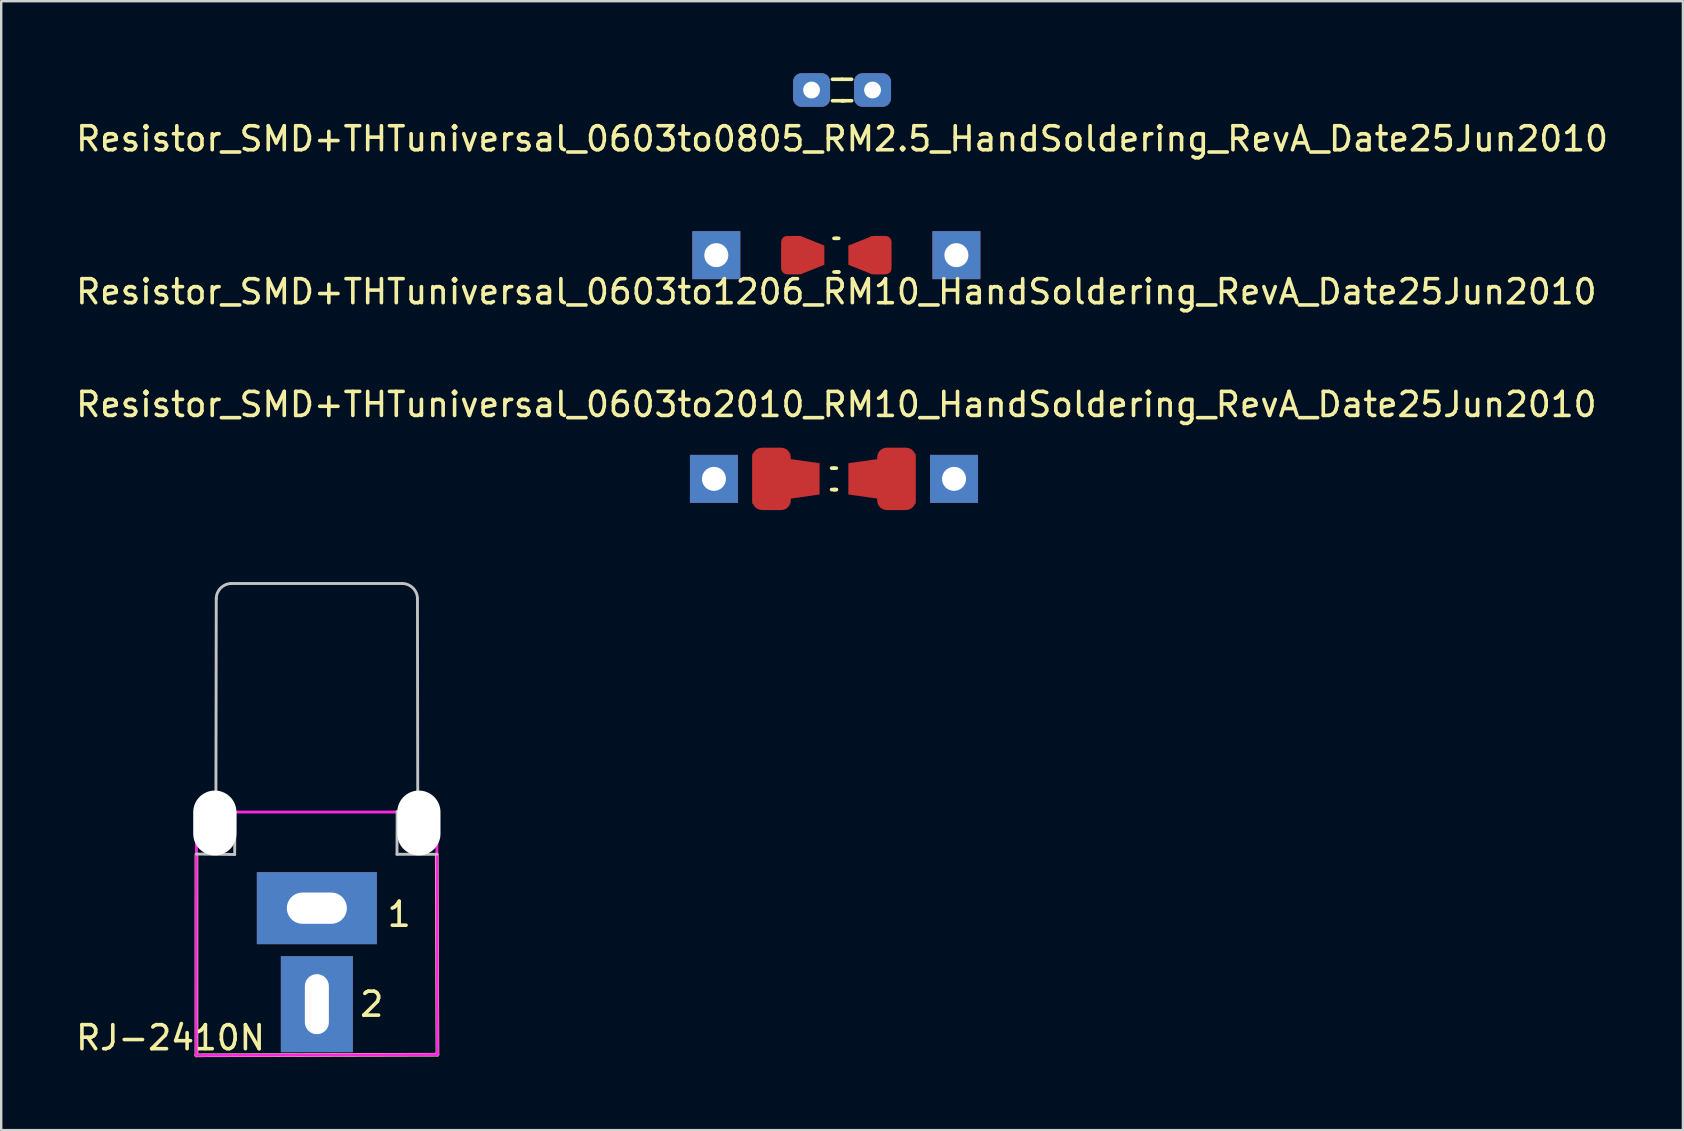
<source format=kicad_pcb>
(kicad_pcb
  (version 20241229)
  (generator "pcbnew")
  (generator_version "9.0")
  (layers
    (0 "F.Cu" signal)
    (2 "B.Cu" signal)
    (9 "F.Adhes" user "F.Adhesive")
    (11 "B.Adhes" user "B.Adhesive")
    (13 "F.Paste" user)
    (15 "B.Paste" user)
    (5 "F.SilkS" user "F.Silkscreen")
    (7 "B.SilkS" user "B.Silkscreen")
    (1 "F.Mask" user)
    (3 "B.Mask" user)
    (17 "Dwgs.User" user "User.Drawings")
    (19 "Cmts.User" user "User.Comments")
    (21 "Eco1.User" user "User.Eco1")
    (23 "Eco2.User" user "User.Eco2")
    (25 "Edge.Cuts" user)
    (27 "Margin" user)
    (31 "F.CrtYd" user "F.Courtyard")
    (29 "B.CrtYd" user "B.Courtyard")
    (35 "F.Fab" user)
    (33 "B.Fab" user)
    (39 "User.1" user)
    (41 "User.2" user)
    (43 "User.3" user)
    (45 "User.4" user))
  (footprint "Resistor_SMD+THTuniversal_0603to0805_RM2.5_HandSoldering_RevA_Date25Jun2010"
    (layer "F.Cu")
    (at 32.03 0.7)
    (property "Reference" "Resistor_SMD+THTuniversal_0603to0805_RM2.5_HandSoldering_RevA_Date25Jun2010" (at 0 2.032 0) (layer "F.SilkS") (effects (font (size 1 1) (thickness 0.15))))
    (attr through_hole)
    (fp_line (start 0 -0.447) (end -0.399 -0.447) (stroke (width 0.15) (type solid)) (layer "F.SilkS"))
    (fp_line (start 0 -0.447) (end 0.399 -0.447) (stroke (width 0.15) (type solid)) (layer "F.SilkS"))
    (fp_line (start 0 0.447) (end -0.399 0.447) (stroke (width 0.15) (type solid)) (layer "F.SilkS"))
    (fp_line (start 0 0.447) (end 0.399 0.447) (stroke (width 0.15) (type solid)) (layer "F.SilkS"))
    (fp_line (start 0.099 0.447) (end 0 0.447) (stroke (width 0.15) (type solid)) (layer "F.SilkS"))
    (pad "1" thru_hole roundrect (at -1.27 0 180) (size 1.54 1.4) (drill 0.7) (layers "*.Cu" "*.Mask") (roundrect_rratio 0.25))
    (pad "2" thru_hole roundrect (at 1.27 0 180) (size 1.54 1.4) (drill 0.7) (layers "*.Cu" "*.Mask") (roundrect_rratio 0.25)))
  (footprint "Resistor_SMD+THTuniversal_0603to1206_RM10_HandSoldering_RevA_Date25Jun2010"
    (layer "F.Cu")
    (at 31.792 7.58)
    (property "Reference" "Resistor_SMD+THTuniversal_0603to1206_RM10_HandSoldering_RevA_Date25Jun2010" (at 0 1.524 0) (layer "F.SilkS") (effects (font (size 1 1) (thickness 0.15))))
    (attr through_hole)
    (fp_line (start 0 -0.701) (end -0.099 -0.701) (stroke (width 0.15) (type solid)) (layer "F.SilkS"))
    (fp_line (start 0 -0.701) (end 0.099 -0.701) (stroke (width 0.15) (type solid)) (layer "F.SilkS"))
    (fp_line (start 0 0.701) (end -0.099 0.701) (stroke (width 0.15) (type solid)) (layer "F.SilkS"))
    (fp_line (start 0 0.701) (end 0.099 0.701) (stroke (width 0.15) (type solid)) (layer "F.SilkS"))
    (fp_line (start 0.099 0.701) (end 0 0.701) (stroke (width 0.15) (type solid)) (layer "F.SilkS"))
    (pad "1" thru_hole rect (at -5.001 0 180) (size 1.999 1.999) (drill 1.001) (layers "*.Cu" "*.Mask"))
    (pad "1" smd roundrect (at -1.8 0 180) (size 1 1.6) (layers "F.Cu" "F.Mask" "F.Paste") (roundrect_rratio 0.25))
    (pad "1" smd trapezoid (at -1 0) (size 1 1.2) (rect_delta 0.4 0) (layers "F.Cu" "F.Mask" "F.Paste"))
    (pad "2" smd trapezoid (at 1 0 180) (size 1 1.2) (rect_delta 0.4 0) (layers "F.Cu" "F.Mask" "F.Paste"))
    (pad "2" smd roundrect (at 1.8 0 180) (size 1 1.6) (layers "F.Cu" "F.Mask" "F.Paste") (roundrect_rratio 0.25))
    (pad "2" thru_hole rect (at 5.001 0 180) (size 1.999 1.999) (drill 1.001) (layers "*.Cu" "*.Mask")))
  (footprint "Resistor_SMD+THTuniversal_0603to2010_RM10_HandSoldering_RevA_Date25Jun2010"
    (layer "F.Cu")
    (at 31.693 16.899)
    (property "Reference" "Resistor_SMD+THTuniversal_0603to2010_RM10_HandSoldering_RevA_Date25Jun2010" (at 0.099 -3.099 0) (layer "F.SilkS") (effects (font (size 1 1) (thickness 0.15))))
    (attr through_hole)
    (fp_line (start 0 -0.447) (end -0.099 -0.447) (stroke (width 0.15) (type solid)) (layer "F.SilkS"))
    (fp_line (start 0 -0.447) (end 0.099 -0.447) (stroke (width 0.15) (type solid)) (layer "F.SilkS"))
    (fp_line (start 0 0.447) (end -0.099 0.447) (stroke (width 0.15) (type solid)) (layer "F.SilkS"))
    (fp_line (start 0 0.447) (end 0.099 0.447) (stroke (width 0.15) (type solid)) (layer "F.SilkS"))
    (fp_line (start 0.099 0.447) (end 0 0.447) (stroke (width 0.15) (type solid)) (layer "F.SilkS"))
    (pad "1" thru_hole rect (at -5.001 0 180) (size 1.999 1.999) (drill 1.001) (layers "*.Cu" "*.Mask"))
    (pad "1" smd roundrect (at -2.6 0 180) (size 1.6 2.6) (layers "F.Cu" "F.Mask" "F.Paste") (roundrect_rratio 0.25))
    (pad "1" smd trapezoid (at -1.999 0) (size 2.799 1.7) (rect_delta 0.399 0) (layers "F.Cu" "F.Mask" "F.Paste"))
    (pad "2" smd trapezoid (at 1.999 0 180) (size 2.799 1.7) (rect_delta 0.399 0) (layers "F.Cu" "F.Mask" "F.Paste"))
    (pad "2" smd roundrect (at 2.6 0 180) (size 1.6 2.6) (layers "F.Cu" "F.Mask" "F.Paste") (roundrect_rratio 0.25))
    (pad "2" thru_hole rect (at 5.001 0 180) (size 1.999 1.999) (drill 1.001) (layers "*.Cu" "*.Mask")))
  (footprint "RJ-2410N"
    (layer "F.Cu")
    (at 10.15 30.784)
    (property "Reference" "RJ-2410N" (at -6.096 9.398 0) (layer "F.SilkS") (effects (font (size 1 1) (thickness 0.15))))
    (attr through_hole)
    (fp_line (start -5.016 1.748) (end -5.016 10.137) (stroke (width 0.15) (type solid)) (layer "F.SilkS"))
    (fp_line (start 4.994 1.753) (end 5.024 10.097) (stroke (width 0.15) (type solid)) (layer "F.SilkS"))
    (fp_line (start 5.024 10.104) (end -5.022 10.13) (stroke (width 0.15) (type solid)) (layer "F.SilkS"))
    (fp_line (start -4.206 -0.008) (end -3.411 -0.008) (stroke (width 0.12) (type solid)) (layer "Dwgs.User"))
    (fp_line (start -4.191 -8.89) (end -4.206 -0.008) (stroke (width 0.12) (type solid)) (layer "Dwgs.User"))
    (fp_line (start -3.556 -9.525) (end 3.556 -9.525) (stroke (width 0.12) (type solid)) (layer "Dwgs.User"))
    (fp_line (start -3.424 1.763) (end -5.014 1.745) (stroke (width 0.12) (type solid)) (layer "Dwgs.User"))
    (fp_line (start -3.411 -0.008) (end -3.424 1.763) (stroke (width 0.12) (type solid)) (layer "Dwgs.User"))
    (fp_line (start 3.338 1.755) (end 3.345 -0.018) (stroke (width 0.12) (type solid)) (layer "Dwgs.User"))
    (fp_line (start 3.345 -0.018) (end 4.204 -0.015) (stroke (width 0.12) (type solid)) (layer "Dwgs.User"))
    (fp_line (start 4.191 -8.89) (end 4.204 -0.015) (stroke (width 0.12) (type solid)) (layer "Dwgs.User"))
    (fp_line (start 4.996 1.755) (end 3.338 1.755) (stroke (width 0.12) (type solid)) (layer "Dwgs.User"))
    (fp_arc (start -4.191 -8.89) (mid -4.005013 -9.339013) (end -3.556 -9.525) (stroke (width 0.12) (type solid)) (layer "Dwgs.User"))
    (fp_arc (start 3.556 -9.525) (mid 4.005013 -9.339013) (end 4.191 -8.89) (stroke (width 0.12) (type solid)) (layer "Dwgs.User"))
    (fp_line (start -5.022 10.132) (end 5.024 10.102) (stroke (width 0.12) (type solid)) (layer "F.CrtYd"))
    (fp_line (start -5.016 -0.005) (end -5.022 10.132) (stroke (width 0.12) (type solid)) (layer "F.CrtYd"))
    (fp_line (start -5.016 -0.005) (end 4.996 -0.005) (stroke (width 0.12) (type solid)) (layer "F.CrtYd"))
    (fp_line (start 5.024 10.102) (end 4.996 -0.005) (stroke (width 0.12) (type solid)) (layer "F.CrtYd"))
    (fp_text user "2" (at 2.286 8.001 0) (layer "F.SilkS") (effects (font (size 1 1) (thickness 0.15))))
    (fp_text user "1" (at 3.429 4.255 0) (layer "F.SilkS") (effects (font (size 1 1) (thickness 0.15))))
    (pad "" np_thru_hole oval (at -4.25 0.45) (size 1.8 2.7) (drill oval 1.8 2.7) (layers "*.Mask" "F.Cu"))
    (pad "" np_thru_hole oval (at 4.25 0.45) (size 1.8 2.7) (drill oval 1.8 2.7) (layers "*.Mask" "F.Cu"))
    (pad "1" thru_hole rect (at 0 8 90) (size 4 3) (drill oval 2.5 1) (layers "*.Cu" "*.Mask"))
    (pad "2" thru_hole rect (at 0 4) (size 5 3) (drill oval 2.5 1.3) (layers "*.Cu" "*.Mask")))
  (gr_rect
    (start -3 -3)
    (end 67.06 44.03)
    (stroke (width 0.1) (type default))
    (fill no)
    (layer "Edge.Cuts")))
</source>
